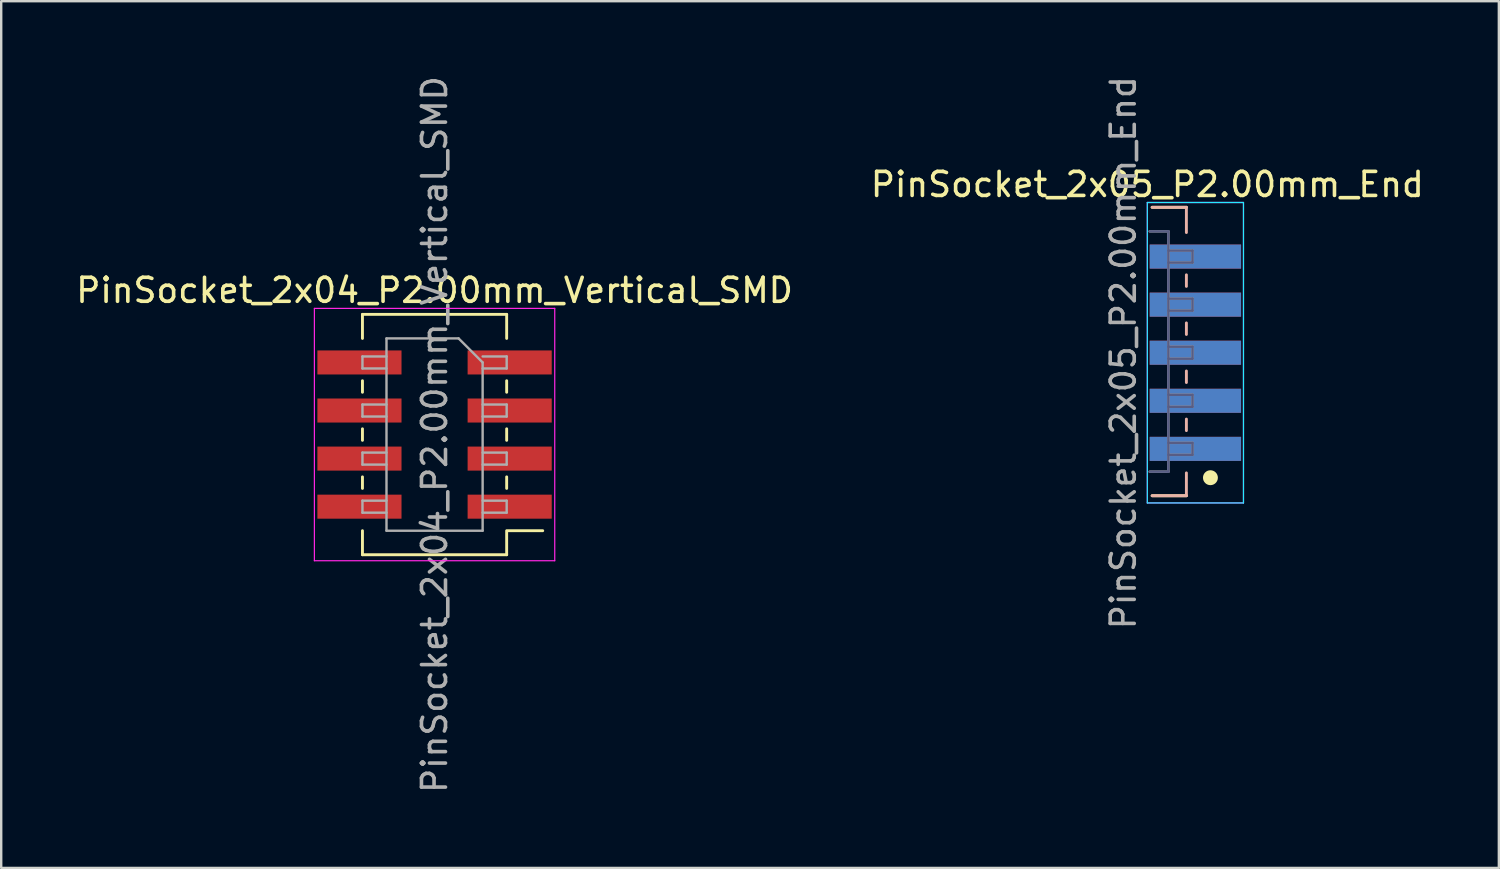
<source format=kicad_pcb>
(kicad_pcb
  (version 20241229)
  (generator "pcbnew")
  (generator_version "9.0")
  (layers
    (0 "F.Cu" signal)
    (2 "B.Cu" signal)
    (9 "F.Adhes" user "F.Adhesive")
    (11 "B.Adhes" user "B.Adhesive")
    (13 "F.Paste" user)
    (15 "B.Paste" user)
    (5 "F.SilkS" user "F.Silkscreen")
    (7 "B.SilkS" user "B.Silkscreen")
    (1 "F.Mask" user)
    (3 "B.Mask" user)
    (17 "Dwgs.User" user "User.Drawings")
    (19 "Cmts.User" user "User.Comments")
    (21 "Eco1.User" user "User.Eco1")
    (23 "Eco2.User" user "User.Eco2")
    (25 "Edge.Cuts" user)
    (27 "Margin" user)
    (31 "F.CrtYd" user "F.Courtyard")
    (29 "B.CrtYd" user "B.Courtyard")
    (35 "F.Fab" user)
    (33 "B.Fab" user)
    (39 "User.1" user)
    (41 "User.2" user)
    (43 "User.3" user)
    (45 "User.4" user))
  (footprint "PinSocket_2x04_P2.00mm_Vertical_SMD"
    (layer "F.Cu")
    (at 15.03 15.03)
    (property "Reference" "PinSocket_2x04_P2.00mm_Vertical_SMD" (at 0 -6 0) (layer "F.SilkS") (effects (font (size 1 1) (thickness 0.15))))
    (attr smd)
    (fp_line (start -3 -5) (end -3 -4) (stroke (width 0.12) (type default)) (layer "F.SilkS"))
    (fp_line (start -3 -2.24) (end -3 -1.76) (stroke (width 0.12) (type solid)) (layer "F.SilkS"))
    (fp_line (start -3 -0.24) (end -3 0.24) (stroke (width 0.12) (type solid)) (layer "F.SilkS"))
    (fp_line (start -3 1.76) (end -3 2.24) (stroke (width 0.12) (type solid)) (layer "F.SilkS"))
    (fp_line (start -3 4) (end -3 5) (stroke (width 0.12) (type default)) (layer "F.SilkS"))
    (fp_line (start -3 5) (end 3 5) (stroke (width 0.12) (type default)) (layer "F.SilkS"))
    (fp_line (start 3 -5) (end -3 -5) (stroke (width 0.12) (type default)) (layer "F.SilkS"))
    (fp_line (start 3 -4) (end 3 -5) (stroke (width 0.12) (type default)) (layer "F.SilkS"))
    (fp_line (start 3 -2.24) (end 3 -1.76) (stroke (width 0.12) (type solid)) (layer "F.SilkS"))
    (fp_line (start 3 -0.24) (end 3 0.24) (stroke (width 0.12) (type solid)) (layer "F.SilkS"))
    (fp_line (start 3 1.76) (end 3 2.24) (stroke (width 0.12) (type solid)) (layer "F.SilkS"))
    (fp_line (start 3 5) (end 3 4) (stroke (width 0.12) (type default)) (layer "F.SilkS"))
    (fp_line (start 3.06 4) (end 4.5 4) (stroke (width 0.12) (type solid)) (layer "F.SilkS"))
    (fp_line (start -5 -5.25) (end 5 -5.25) (stroke (width 0.05) (type solid)) (layer "F.CrtYd"))
    (fp_line (start -5 5.25) (end -5 -5.25) (stroke (width 0.05) (type solid)) (layer "F.CrtYd"))
    (fp_line (start 5 -5.25) (end 5 5.25) (stroke (width 0.05) (type solid)) (layer "F.CrtYd"))
    (fp_line (start 5 5.25) (end -5 5.25) (stroke (width 0.05) (type solid)) (layer "F.CrtYd"))
    (fp_line (start -3 -3.25) (end -2 -3.25) (stroke (width 0.1) (type solid)) (layer "F.Fab"))
    (fp_line (start -3 -2.75) (end -3 -3.25) (stroke (width 0.1) (type solid)) (layer "F.Fab"))
    (fp_line (start -3 -1.25) (end -2 -1.25) (stroke (width 0.1) (type solid)) (layer "F.Fab"))
    (fp_line (start -3 -0.75) (end -3 -1.25) (stroke (width 0.1) (type solid)) (layer "F.Fab"))
    (fp_line (start -3 0.75) (end -2 0.75) (stroke (width 0.1) (type solid)) (layer "F.Fab"))
    (fp_line (start -3 1.25) (end -3 0.75) (stroke (width 0.1) (type solid)) (layer "F.Fab"))
    (fp_line (start -3 2.75) (end -2 2.75) (stroke (width 0.1) (type solid)) (layer "F.Fab"))
    (fp_line (start -3 3.25) (end -3 2.75) (stroke (width 0.1) (type solid)) (layer "F.Fab"))
    (fp_line (start -2 -4) (end 1 -4) (stroke (width 0.1) (type solid)) (layer "F.Fab"))
    (fp_line (start -2 -2.75) (end -3 -2.75) (stroke (width 0.1) (type solid)) (layer "F.Fab"))
    (fp_line (start -2 -0.75) (end -3 -0.75) (stroke (width 0.1) (type solid)) (layer "F.Fab"))
    (fp_line (start -2 1.25) (end -3 1.25) (stroke (width 0.1) (type solid)) (layer "F.Fab"))
    (fp_line (start -2 3.25) (end -3 3.25) (stroke (width 0.1) (type solid)) (layer "F.Fab"))
    (fp_line (start -2 4) (end -2 -4) (stroke (width 0.1) (type solid)) (layer "F.Fab"))
    (fp_line (start 1 -4) (end 2 -3) (stroke (width 0.1) (type solid)) (layer "F.Fab"))
    (fp_line (start 2 -3.25) (end 3 -3.25) (stroke (width 0.1) (type solid)) (layer "F.Fab"))
    (fp_line (start 2 -3) (end 2 4) (stroke (width 0.1) (type solid)) (layer "F.Fab"))
    (fp_line (start 2 -1.25) (end 3 -1.25) (stroke (width 0.1) (type solid)) (layer "F.Fab"))
    (fp_line (start 2 0.75) (end 3 0.75) (stroke (width 0.1) (type solid)) (layer "F.Fab"))
    (fp_line (start 2 2.75) (end 3 2.75) (stroke (width 0.1) (type solid)) (layer "F.Fab"))
    (fp_line (start 2 4) (end -2 4) (stroke (width 0.1) (type solid)) (layer "F.Fab"))
    (fp_line (start 3 -3.25) (end 3 -2.75) (stroke (width 0.1) (type solid)) (layer "F.Fab"))
    (fp_line (start 3 -2.75) (end 2 -2.75) (stroke (width 0.1) (type solid)) (layer "F.Fab"))
    (fp_line (start 3 -1.25) (end 3 -0.75) (stroke (width 0.1) (type solid)) (layer "F.Fab"))
    (fp_line (start 3 -0.75) (end 2 -0.75) (stroke (width 0.1) (type solid)) (layer "F.Fab"))
    (fp_line (start 3 0.75) (end 3 1.25) (stroke (width 0.1) (type solid)) (layer "F.Fab"))
    (fp_line (start 3 1.25) (end 2 1.25) (stroke (width 0.1) (type solid)) (layer "F.Fab"))
    (fp_line (start 3 2.75) (end 3 3.25) (stroke (width 0.1) (type solid)) (layer "F.Fab"))
    (fp_line (start 3 3.25) (end 2 3.25) (stroke (width 0.1) (type solid)) (layer "F.Fab"))
    (fp_text user "${REFERENCE}" (at 0 0 90) (layer "F.Fab") (effects (font (size 1 1) (thickness 0.15))))
    (pad "1" smd rect (at 3.125 3 180) (size 3.5 1) (layers "F.Cu" "F.Mask" "F.Paste"))
    (pad "2" smd rect (at -3.125 3 180) (size 3.5 1) (layers "F.Cu" "F.Mask" "F.Paste"))
    (pad "3" smd rect (at 3.125 1 180) (size 3.5 1) (layers "F.Cu" "F.Mask" "F.Paste"))
    (pad "4" smd rect (at -3.125 1 180) (size 3.5 1) (layers "F.Cu" "F.Mask" "F.Paste"))
    (pad "5" smd rect (at 3.125 -1 180) (size 3.5 1) (layers "F.Cu" "F.Mask" "F.Paste"))
    (pad "6" smd rect (at -3.125 -1 180) (size 3.5 1) (layers "F.Cu" "F.Mask" "F.Paste"))
    (pad "7" smd rect (at 3.125 -3 180) (size 3.5 1) (layers "F.Cu" "F.Mask" "F.Paste"))
    (pad "8" smd rect (at -3.125 -3 180) (size 3.5 1) (layers "F.Cu" "F.Mask" "F.Paste")))
  (footprint "PinSocket_2x05_P2.00mm_End"
    (layer "F.Cu")
    (at 44.685 11.625)
    (property "Reference" "PinSocket_2x05_P2.00mm_End" (at 0 -7 0) (layer "F.SilkS") (effects (font (size 1 1) (thickness 0.15))))
    (attr through_hole)
    (fp_line (start 0.2 5.95) (end 1.625 5.95) (stroke (width 0.12) (type default)) (layer "F.SilkS"))
    (fp_line (start 1.625 -6.05) (end 0.2 -6.05) (stroke (width 0.12) (type default)) (layer "F.SilkS"))
    (fp_circle (center 2.625 5.2) (end 2.875 5.2) (stroke (width 0.12) (type solid)) (fill yes) (layer "F.SilkS"))
    (fp_line (start 0.2 5.95) (end 1.625 5.95) (stroke (width 0.12) (type default)) (layer "B.SilkS"))
    (fp_line (start 1.625 -6.05) (end 0.2 -6.05) (stroke (width 0.12) (type default)) (layer "B.SilkS"))
    (fp_line (start 1.625 -5) (end 1.625 -6.05) (stroke (width 0.12) (type default)) (layer "B.SilkS"))
    (fp_line (start 1.625 -3.24) (end 1.625 -2.76) (stroke (width 0.12) (type solid)) (layer "B.SilkS"))
    (fp_line (start 1.625 -1.24) (end 1.625 -0.76) (stroke (width 0.12) (type solid)) (layer "B.SilkS"))
    (fp_line (start 1.625 0.76) (end 1.625 1.24) (stroke (width 0.12) (type solid)) (layer "B.SilkS"))
    (fp_line (start 1.625 2.76) (end 1.625 3.24) (stroke (width 0.12) (type solid)) (layer "B.SilkS"))
    (fp_line (start 1.625 5.95) (end 1.625 5) (stroke (width 0.12) (type default)) (layer "B.SilkS"))
    (fp_line (start 0 -6.25) (end 4 -6.25) (stroke (width 0.05) (type solid)) (layer "B.CrtYd"))
    (fp_line (start 0 6.25) (end 0 -6.25) (stroke (width 0.05) (type solid)) (layer "B.CrtYd"))
    (fp_line (start 4 -6.25) (end 4 6.25) (stroke (width 0.05) (type solid)) (layer "B.CrtYd"))
    (fp_line (start 4 6.25) (end 0 6.25) (stroke (width 0.05) (type solid)) (layer "B.CrtYd"))
    (fp_line (start 0 -6.25) (end 4 -6.25) (stroke (width 0.05) (type solid)) (layer "F.CrtYd"))
    (fp_line (start 0 6.25) (end 0 -6.25) (stroke (width 0.05) (type solid)) (layer "F.CrtYd"))
    (fp_line (start 4 -6.25) (end 4 6.25) (stroke (width 0.05) (type solid)) (layer "F.CrtYd"))
    (fp_line (start 4 6.25) (end 0 6.25) (stroke (width 0.05) (type solid)) (layer "F.CrtYd"))
    (fp_line (start 0.1 -5.05) (end 0.875 -5.05) (stroke (width 0.1) (type solid)) (layer "B.Fab"))
    (fp_line (start 0.875 -5.05) (end 0.875 4.95) (stroke (width 0.1) (type solid)) (layer "B.Fab"))
    (fp_line (start 0.875 4.95) (end 0.1 4.95) (stroke (width 0.1) (type solid)) (layer "B.Fab"))
    (fp_line (start 0.88 -3.75) (end 1.88 -3.75) (stroke (width 0.1) (type solid)) (layer "B.Fab"))
    (fp_line (start 0.88 -1.75) (end 1.88 -1.75) (stroke (width 0.1) (type solid)) (layer "B.Fab"))
    (fp_line (start 0.88 0.25) (end 1.88 0.25) (stroke (width 0.1) (type solid)) (layer "B.Fab"))
    (fp_line (start 0.88 2.25) (end 1.88 2.25) (stroke (width 0.1) (type solid)) (layer "B.Fab"))
    (fp_line (start 1.88 -4.25) (end 0.88 -4.25) (stroke (width 0.1) (type solid)) (layer "B.Fab"))
    (fp_line (start 1.88 -4.25) (end 1.88 -3.75) (stroke (width 0.1) (type solid)) (layer "B.Fab"))
    (fp_line (start 1.88 -2.25) (end 0.88 -2.25) (stroke (width 0.1) (type solid)) (layer "B.Fab"))
    (fp_line (start 1.88 -2.25) (end 1.88 -1.75) (stroke (width 0.1) (type solid)) (layer "B.Fab"))
    (fp_line (start 1.88 -0.25) (end 0.88 -0.25) (stroke (width 0.1) (type solid)) (layer "B.Fab"))
    (fp_line (start 1.88 -0.25) (end 1.88 0.25) (stroke (width 0.1) (type solid)) (layer "B.Fab"))
    (fp_line (start 1.88 1.75) (end 0.88 1.75) (stroke (width 0.1) (type solid)) (layer "B.Fab"))
    (fp_line (start 1.88 1.75) (end 1.88 2.25) (stroke (width 0.1) (type solid)) (layer "B.Fab"))
    (fp_line (start 1.88 3.75) (end 0.88 3.75) (stroke (width 0.1) (type solid)) (layer "B.Fab"))
    (fp_line (start 1.88 3.75) (end 1.88 4.25) (stroke (width 0.1) (type solid)) (layer "B.Fab"))
    (fp_line (start 1.88 4.25) (end 0.88 4.25) (stroke (width 0.1) (type solid)) (layer "B.Fab"))
    (fp_line (start 0.1 -5.05) (end 0.875 -5.05) (stroke (width 0.1) (type solid)) (layer "F.Fab"))
    (fp_line (start 0.875 -5.05) (end 0.875 4.95) (stroke (width 0.1) (type solid)) (layer "F.Fab"))
    (fp_line (start 0.875 4.95) (end 0.1 4.95) (stroke (width 0.1) (type solid)) (layer "F.Fab"))
    (fp_line (start 0.88 -4.25) (end 1.88 -4.25) (stroke (width 0.1) (type solid)) (layer "F.Fab"))
    (fp_line (start 0.88 -2.25) (end 1.88 -2.25) (stroke (width 0.1) (type solid)) (layer "F.Fab"))
    (fp_line (start 0.88 -0.25) (end 1.88 -0.25) (stroke (width 0.1) (type solid)) (layer "F.Fab"))
    (fp_line (start 0.88 1.75) (end 1.88 1.75) (stroke (width 0.1) (type solid)) (layer "F.Fab"))
    (fp_line (start 0.88 3.75) (end 1.88 3.75) (stroke (width 0.1) (type solid)) (layer "F.Fab"))
    (fp_line (start 1.88 -4.25) (end 1.88 -3.75) (stroke (width 0.1) (type solid)) (layer "F.Fab"))
    (fp_line (start 1.88 -3.75) (end 0.88 -3.75) (stroke (width 0.1) (type solid)) (layer "F.Fab"))
    (fp_line (start 1.88 -2.25) (end 1.88 -1.75) (stroke (width 0.1) (type solid)) (layer "F.Fab"))
    (fp_line (start 1.88 -1.75) (end 0.88 -1.75) (stroke (width 0.1) (type solid)) (layer "F.Fab"))
    (fp_line (start 1.88 -0.25) (end 1.88 0.25) (stroke (width 0.1) (type solid)) (layer "F.Fab"))
    (fp_line (start 1.88 0.25) (end 0.88 0.25) (stroke (width 0.1) (type solid)) (layer "F.Fab"))
    (fp_line (start 1.88 1.75) (end 1.88 2.25) (stroke (width 0.1) (type solid)) (layer "F.Fab"))
    (fp_line (start 1.88 2.25) (end 0.88 2.25) (stroke (width 0.1) (type solid)) (layer "F.Fab"))
    (fp_line (start 1.88 3.75) (end 1.88 4.25) (stroke (width 0.1) (type solid)) (layer "F.Fab"))
    (fp_line (start 1.88 4.25) (end 0.88 4.25) (stroke (width 0.1) (type solid)) (layer "F.Fab"))
    (fp_text user "${REFERENCE}" (at -1 0 90) (layer "F.Fab") (effects (font (size 1 1) (thickness 0.15))))
    (pad "1" smd rect (at 2 4 180) (size 3.8 1) (layers "F.Cu" "F.Mask" "F.Paste"))
    (pad "2" smd rect (at 2 4 180) (size 3.8 1) (layers "B.Cu" "B.Mask" "B.Paste"))
    (pad "3" smd rect (at 2 2 180) (size 3.8 1) (layers "F.Cu" "F.Mask" "F.Paste"))
    (pad "4" smd rect (at 2 2 180) (size 3.8 1) (layers "B.Cu" "B.Mask" "B.Paste"))
    (pad "5" smd rect (at 2 0 180) (size 3.8 1) (layers "F.Cu" "F.Mask" "F.Paste"))
    (pad "6" smd rect (at 2 0 180) (size 3.8 1) (layers "B.Cu" "B.Mask" "B.Paste"))
    (pad "7" smd rect (at 2 -2 180) (size 3.8 1) (layers "F.Cu" "F.Mask" "F.Paste"))
    (pad "8" smd rect (at 2 -2 180) (size 3.8 1) (layers "B.Cu" "B.Mask" "B.Paste"))
    (pad "9" smd rect (at 2 -4 180) (size 3.8 1) (layers "F.Cu" "F.Mask" "F.Paste"))
    (pad "10" smd rect (at 2 -4 180) (size 3.8 1) (layers "B.Cu" "B.Mask" "B.Paste")))
  (gr_rect
    (start -3 -3)
    (end 59.31 33.06)
    (stroke (width 0.1) (type default))
    (fill no)
    (layer "Edge.Cuts")))
</source>
